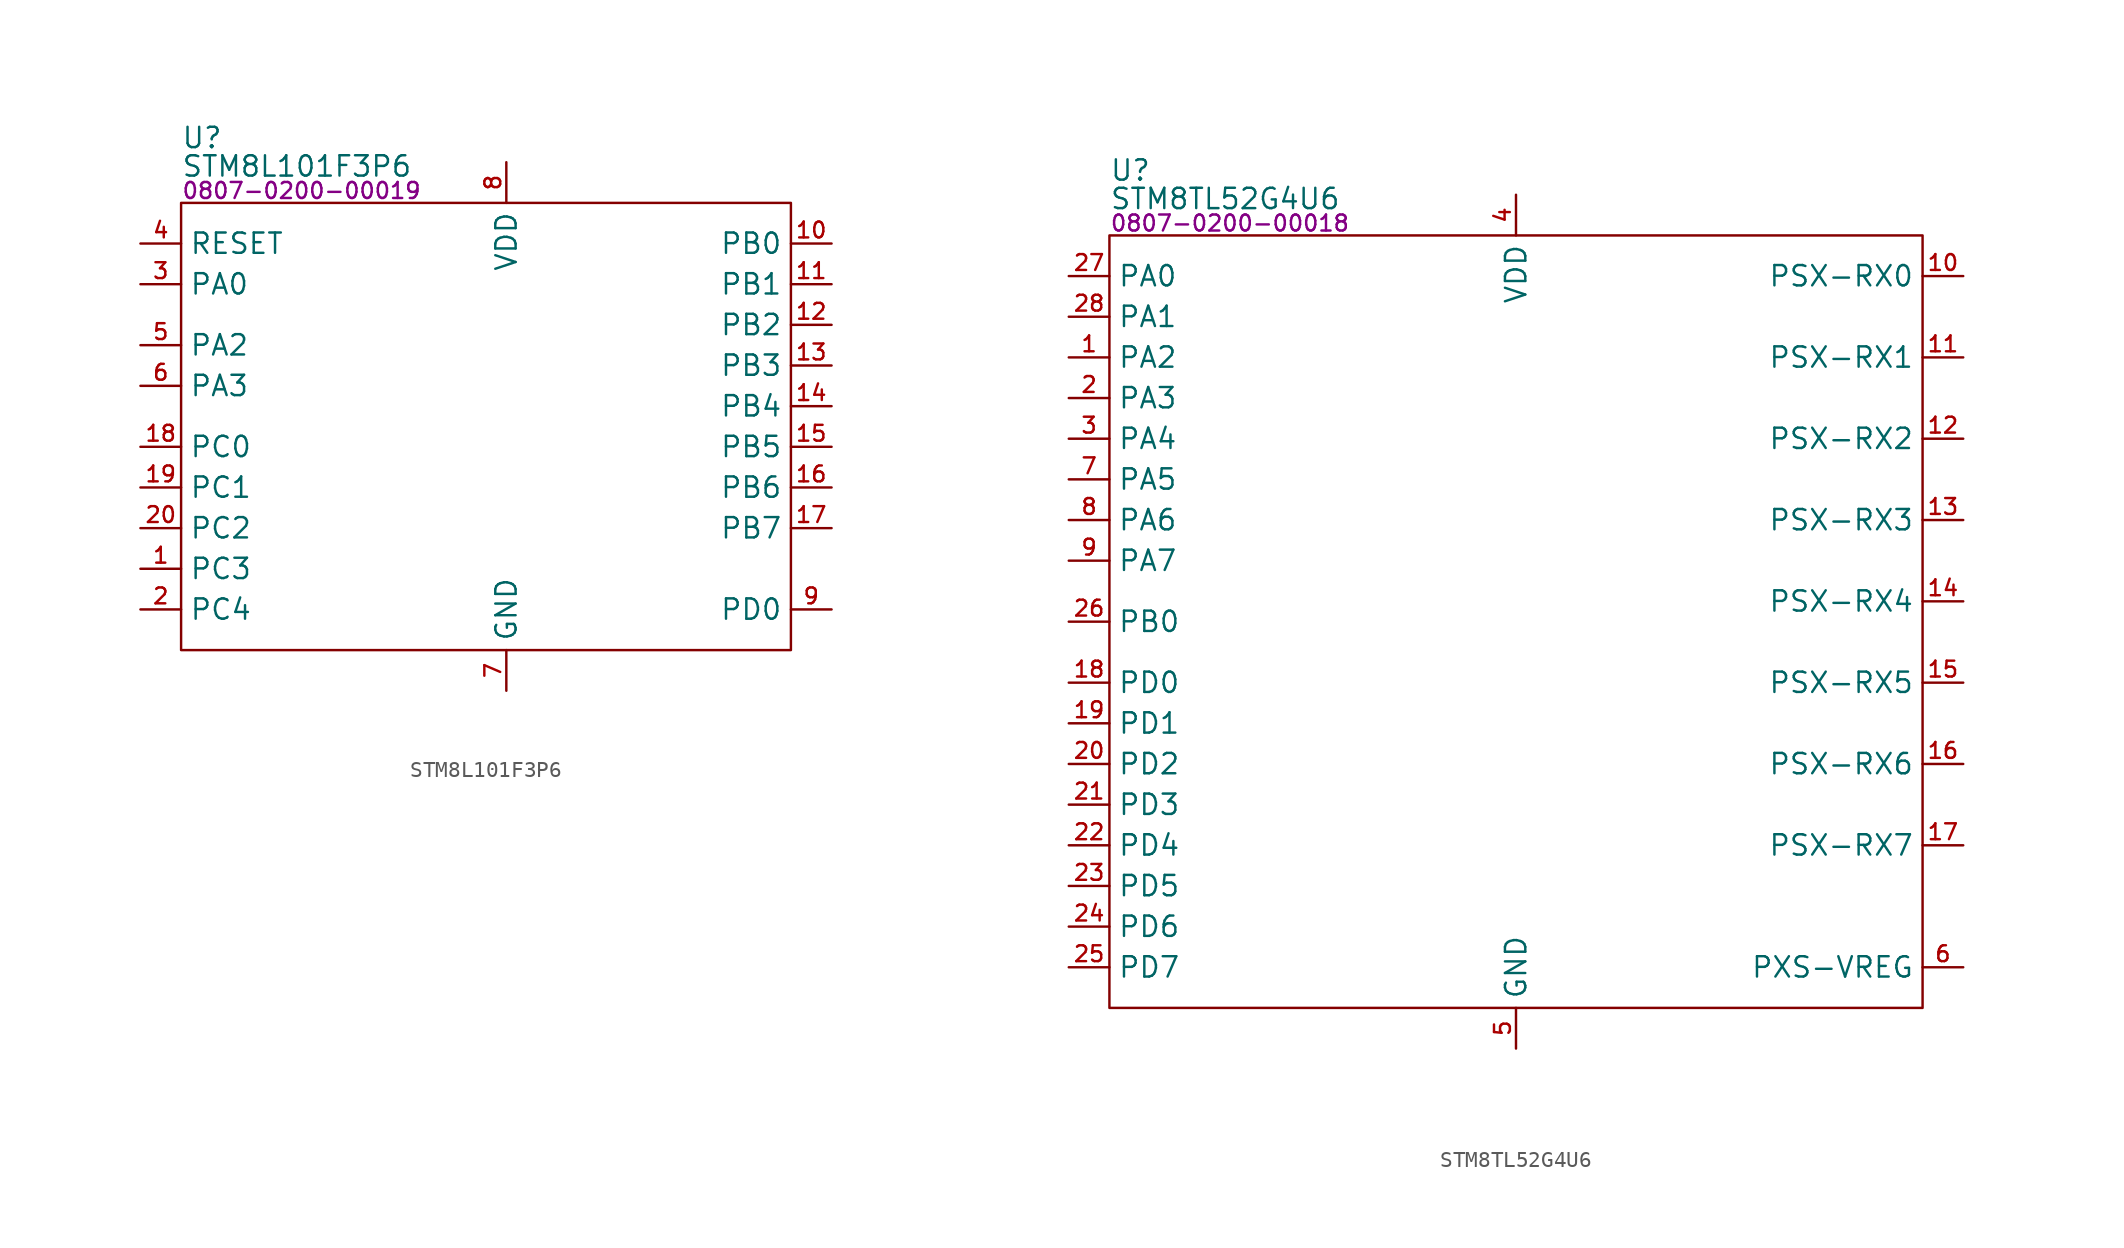
<source format=kicad_sym>
(kicad_symbol_lib
  (version 20231120)
  (generator "kicad_symbol_editor")
  (generator_version "8.0")
  (symbol "STM8L101F3P6"
    (property "Reference" "U"
      (at 0 4.064 0)
      (effects (font (size 1.27 1.27)) (justify left)))
    (property "Value" "STM8L101F3P6"
      (at 0 2.286 0)
      (effects (font (size 1.27 1.27)) (justify left)))
    (property "PartNumber" "0807-0200-00019"
      (at 0 0.762 0)
      (effects (font (size 1 1)) (justify left)))
    (symbol "STM8L101F3P6_0_0"
      (pin bidirectional line (at -2.54 -8.89 0) (length 2.54) (name "PA2" (effects (font (size 1.27 1.27)))) (number "5" (effects (font (size 0.991 0.991)))))
      (pin bidirectional line (at -2.54 -11.43 0) (length 2.54) (name "PA3" (effects (font (size 1.27 1.27)))) (number "6" (effects (font (size 0.991 0.991)))))
      (pin power_in line (at 20.32 -30.48 90) (length 2.54) (name "GND" (effects (font (size 1.27 1.27)))) (number "7" (effects (font (size 0.991 0.991)))))
      (pin power_in line (at 20.32 2.54 270) (length 2.54) (name "VDD" (effects (font (size 1.27 1.27)))) (number "8" (effects (font (size 0.991 0.991))))))
    (symbol "STM8L101F3P6_0_1"
      (rectangle (start 0 0) (end 38.1 -27.94) (stroke (width 0) (type default)) (fill (type none))))
    (symbol "STM8L101F3P6_1_0"
      (pin bidirectional line (at -2.54 -22.86 0) (length 2.54) (name "PC3" (effects (font (size 1.27 1.27)))) (number "1" (effects (font (size 0.991 0.991)))) (alternate "USART-TX" output line))
      (pin bidirectional line (at 40.64 -2.54 180) (length 2.54) (name "PB0" (effects (font (size 1.27 1.27)))) (number "10" (effects (font (size 0.991 0.991)))) (alternate "COMP1-CH1" input line) (alternate "TIM2-CH1" bidirectional line))
      (pin bidirectional line (at 40.64 -5.08 180) (length 2.54) (name "PB1" (effects (font (size 1.27 1.27)))) (number "11" (effects (font (size 0.991 0.991)))) (alternate "COMP1-CH2" input line) (alternate "TIM3-CH1" bidirectional line))
      (pin bidirectional line (at 40.64 -7.62 180) (length 2.54) (name "PB2" (effects (font (size 1.27 1.27)))) (number "12" (effects (font (size 0.991 0.991)))) (alternate " TIM2-CH2" bidirectional line) (alternate "COMP2-CH1" input line))
      (pin bidirectional line (at 40.64 -10.16 180) (length 2.54) (name "PB3" (effects (font (size 1.27 1.27)))) (number "13" (effects (font (size 0.991 0.991)))) (alternate "COMP2-CH2" input line) (alternate "TIM2-ETR" input line))
      (pin bidirectional line (at 40.64 -12.7 180) (length 2.54) (name "PB4" (effects (font (size 1.27 1.27)))) (number "14" (effects (font (size 0.991 0.991)))) (alternate "/SPI-~{SS}" output line))
      (pin bidirectional line (at 40.64 -15.24 180) (length 2.54) (name "PB5" (effects (font (size 1.27 1.27)))) (number "15" (effects (font (size 0.991 0.991)))) (alternate "SPI-SCK" output line))
      (pin bidirectional line (at 40.64 -17.78 180) (length 2.54) (name "PB6" (effects (font (size 1.27 1.27)))) (number "16" (effects (font (size 0.991 0.991)))) (alternate "SPI-MOSI" output line))
      (pin bidirectional line (at 40.64 -20.32 180) (length 2.54) (name "PB7" (effects (font (size 1.27 1.27)))) (number "17" (effects (font (size 0.991 0.991)))) (alternate "SPI-MISO" input line))
      (pin bidirectional line (at -2.54 -15.24 0) (length 2.54) (name "PC0" (effects (font (size 1.27 1.27)))) (number "18" (effects (font (size 0.991 0.991)))) (alternate "I2C-SDA" bidirectional line))
      (pin bidirectional line (at -2.54 -17.78 0) (length 2.54) (name "PC1" (effects (font (size 1.27 1.27)))) (number "19" (effects (font (size 0.991 0.991)))) (alternate "I2C-SCL" output line))
      (pin bidirectional line (at -2.54 -25.4 0) (length 2.54) (name "PC4" (effects (font (size 1.27 1.27)))) (number "2" (effects (font (size 0.991 0.991)))) (alternate "CCO" output line) (alternate "USART-CK" bidirectional line))
      (pin bidirectional line (at -2.54 -20.32 0) (length 2.54) (name "PC2" (effects (font (size 1.27 1.27)))) (number "20" (effects (font (size 0.991 0.991)))) (alternate "USART-RX" input line))
      (pin bidirectional line (at -2.54 -5.08 0) (length 2.54) (name "PA0" (effects (font (size 1.27 1.27)))) (number "3" (effects (font (size 0.991 0.991)))) (alternate "BEEP" output line) (alternate "IR_TIM" output line) (alternate "SWIM" bidirectional line))
      (pin input line (at -2.54 -2.54 0) (length 2.54) (name "RESET" (effects (font (size 1.27 1.27)))) (number "4" (effects (font (size 0.991 0.991)))) (alternate "PA1" bidirectional line))
      (pin bidirectional line (at 40.64 -25.4 180) (length 2.54) (name "PD0" (effects (font (size 1.27 1.27)))) (number "9" (effects (font (size 0.991 0.991)))) (alternate "COMP1-CH3" bidirectional line) (alternate "TIM3-CH2" bidirectional line))))
  (symbol "STM8TL52G4U6"
    (property "Reference" "U"
      (at 0 4.064 0)
      (effects (font (size 1.27 1.27)) (justify left)))
    (property "Value" "STM8TL52G4U6"
      (at 0 2.286 0)
      (effects (font (size 1.27 1.27)) (justify left)))
    (property "PartNumber" "0807-0200-00018"
      (at 0 0.762 0)
      (effects (font (size 1 1)) (justify left)))
    (symbol "STM8TL52G4U6_0_0"
      (pin input line (at 53.34 -2.54 180) (length 2.54) (name "PSX-RX0" (effects (font (size 1.27 1.27)))) (number "10" (effects (font (size 0.991 0.991)))))
      (pin input line (at 53.34 -7.62 180) (length 2.54) (name "PSX-RX1" (effects (font (size 1.27 1.27)))) (number "11" (effects (font (size 0.991 0.991)))))
      (pin input line (at 53.34 -12.7 180) (length 2.54) (name "PSX-RX2" (effects (font (size 1.27 1.27)))) (number "12" (effects (font (size 0.991 0.991)))))
      (pin input line (at 53.34 -17.78 180) (length 2.54) (name "PSX-RX3" (effects (font (size 1.27 1.27)))) (number "13" (effects (font (size 0.991 0.991)))))
      (pin input line (at 53.34 -22.86 180) (length 2.54) (name "PSX-RX4" (effects (font (size 1.27 1.27)))) (number "14" (effects (font (size 0.991 0.991)))))
      (pin input line (at 53.34 -27.94 180) (length 2.54) (name "PSX-RX5" (effects (font (size 1.27 1.27)))) (number "15" (effects (font (size 0.991 0.991)))))
      (pin input line (at 53.34 -33.02 180) (length 2.54) (name "PSX-RX6" (effects (font (size 1.27 1.27)))) (number "16" (effects (font (size 0.991 0.991)))))
      (pin input line (at 53.34 -38.1 180) (length 2.54) (name "PSX-RX7" (effects (font (size 1.27 1.27)))) (number "17" (effects (font (size 0.991 0.991)))))
      (pin power_in line (at 25.4 2.54 270) (length 2.54) (name "VDD" (effects (font (size 1.27 1.27)))) (number "4" (effects (font (size 0.991 0.991)))))
      (pin power_in line (at 25.4 -50.8 90) (length 2.54) (name "GND" (effects (font (size 1.27 1.27)))) (number "5" (effects (font (size 0.991 0.991)))))
      (pin input line (at 53.34 -45.72 180) (length 2.54) (name "PXS-VREG" (effects (font (size 1.27 1.27)))) (number "6" (effects (font (size 0.991 0.991))))))
    (symbol "STM8TL52G4U6_0_1"
      (rectangle (start 0 0) (end 50.8 -48.26) (stroke (width 0) (type default)) (fill (type none))))
    (symbol "STM8TL52G4U6_1_0"
      (pin bidirectional line (at -2.54 -7.62 0) (length 2.54) (name "PA2" (effects (font (size 1.27 1.27)))) (number "1" (effects (font (size 0.991 0.991)))) (alternate "SPI-SCK" output line) (alternate "TIM3-CH2" bidirectional line) (alternate "USART-CK" output line))
      (pin bidirectional line (at -2.54 -27.94 0) (length 2.54) (name "PD0" (effects (font (size 1.27 1.27)))) (number "18" (effects (font (size 0.991 0.991)))) (alternate "PXS-TX0" output line))
      (pin bidirectional line (at -2.54 -30.48 0) (length 2.54) (name "PD1" (effects (font (size 1.27 1.27)))) (number "19" (effects (font (size 0.991 0.991)))) (alternate "PXS-TX1" output line))
      (pin bidirectional line (at -2.54 -10.16 0) (length 2.54) (name "PA3" (effects (font (size 1.27 1.27)))) (number "2" (effects (font (size 0.991 0.991)))) (alternate "I2C-SDA" bidirectional line) (alternate "SPI-MISO" input line) (alternate "USART-TX" output line))
      (pin bidirectional line (at -2.54 -33.02 0) (length 2.54) (name "PD2" (effects (font (size 1.27 1.27)))) (number "20" (effects (font (size 0.991 0.991)))) (alternate "PXS-TX2" output line))
      (pin bidirectional line (at -2.54 -35.56 0) (length 2.54) (name "PD3" (effects (font (size 1.27 1.27)))) (number "21" (effects (font (size 0.991 0.991)))) (alternate "PXS-TX3" output line))
      (pin bidirectional line (at -2.54 -38.1 0) (length 2.54) (name "PD4" (effects (font (size 1.27 1.27)))) (number "22" (effects (font (size 0.991 0.991)))) (alternate "PXS-TX4" output line) (alternate "TIM2-CH1" bidirectional line))
      (pin bidirectional line (at -2.54 -40.64 0) (length 2.54) (name "PD5" (effects (font (size 1.27 1.27)))) (number "23" (effects (font (size 0.991 0.991)))) (alternate "PXS-TX5" output line) (alternate "TIM2-CH2" bidirectional line))
      (pin bidirectional line (at -2.54 -43.18 0) (length 2.54) (name "PD6" (effects (font (size 1.27 1.27)))) (number "24" (effects (font (size 0.991 0.991)))) (alternate "PXS-TX6" output line) (alternate "TIM3-CH1" bidirectional line))
      (pin bidirectional line (at -2.54 -45.72 0) (length 2.54) (name "PD7" (effects (font (size 1.27 1.27)))) (number "25" (effects (font (size 0.991 0.991)))) (alternate "PXS-TX7" output line) (alternate "TIM3-CH2" bidirectional line))
      (pin bidirectional line (at -2.54 -24.13 0) (length 2.54) (name "PB0" (effects (font (size 1.27 1.27)))) (number "26" (effects (font (size 0.991 0.991)))) (alternate "PXS-TX8" bidirectional line) (alternate "TIM3-ETR" bidirectional line))
      (pin bidirectional line (at -2.54 -2.54 0) (length 2.54) (name "PA0" (effects (font (size 1.27 1.27)))) (number "27" (effects (font (size 0.991 0.991)))) (alternate "BEEP" output line) (alternate "SWIM" bidirectional line))
      (pin bidirectional line (at -2.54 -5.08 0) (length 2.54) (name "PA1" (effects (font (size 1.27 1.27)))) (number "28" (effects (font (size 0.991 0.991)))) (alternate "SPI-~{SS}" output line) (alternate "TIM3-CH1" bidirectional line))
      (pin bidirectional line (at -2.54 -12.7 0) (length 2.54) (name "PA4" (effects (font (size 1.27 1.27)))) (number "3" (effects (font (size 0.991 0.991)))) (alternate "I2C-SCL" output line) (alternate "SPI-MOSI" output line) (alternate "USART-RX" input line))
      (pin bidirectional line (at -2.54 -15.24 0) (length 2.54) (name "PA5" (effects (font (size 1.27 1.27)))) (number "7" (effects (font (size 0.991 0.991)))) (alternate "~{RESET}" input line))
      (pin bidirectional line (at -2.54 -17.78 0) (length 2.54) (name "PA6" (effects (font (size 1.27 1.27)))) (number "8" (effects (font (size 0.991 0.991)))) (alternate "CLK-CCO" output line) (alternate "PXS-TRIG" input line))
      (pin bidirectional line (at -2.54 -20.32 0) (length 2.54) (name "PA7" (effects (font (size 1.27 1.27)))) (number "9" (effects (font (size 0.991 0.991)))) (alternate "PXS-RFIN" input line)))))
</source>
